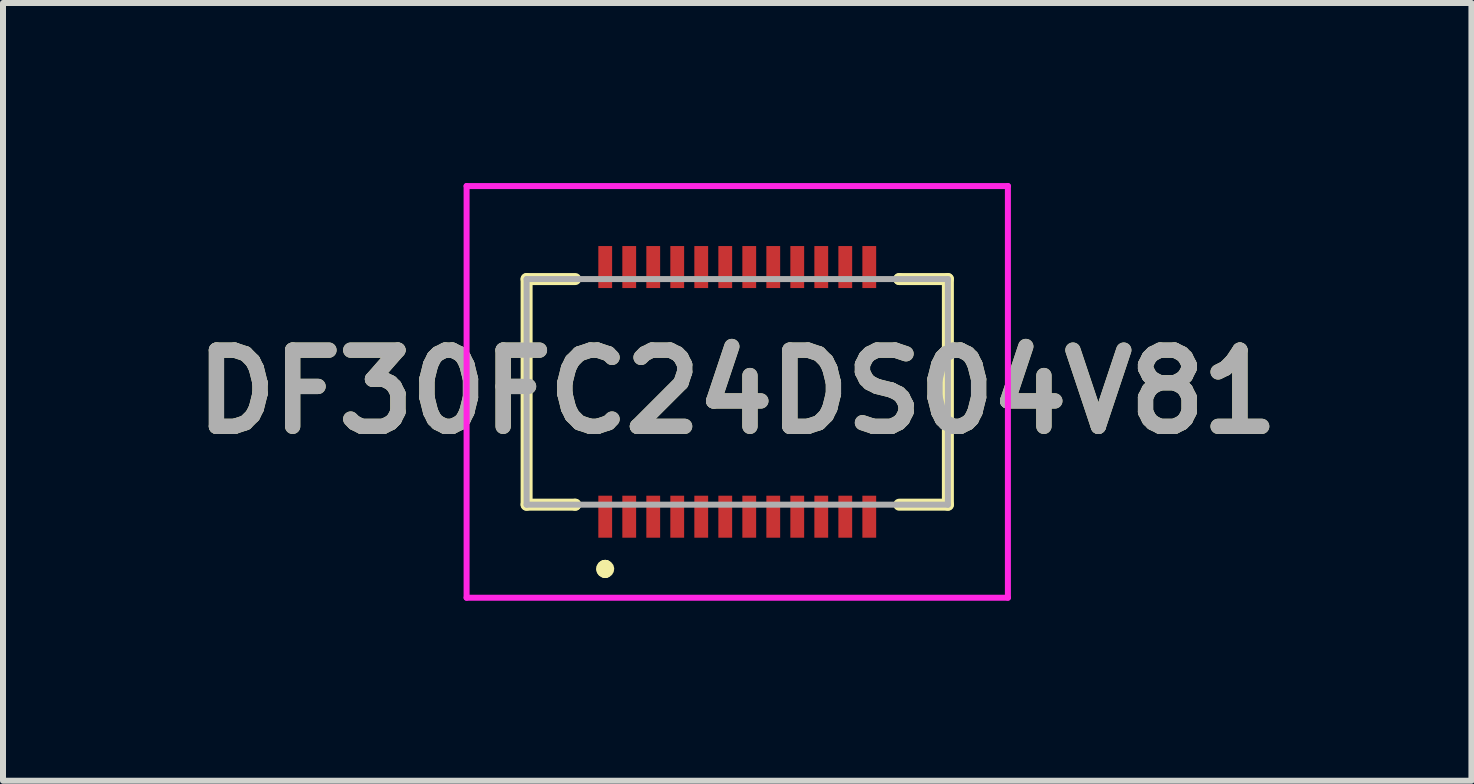
<source format=kicad_pcb>
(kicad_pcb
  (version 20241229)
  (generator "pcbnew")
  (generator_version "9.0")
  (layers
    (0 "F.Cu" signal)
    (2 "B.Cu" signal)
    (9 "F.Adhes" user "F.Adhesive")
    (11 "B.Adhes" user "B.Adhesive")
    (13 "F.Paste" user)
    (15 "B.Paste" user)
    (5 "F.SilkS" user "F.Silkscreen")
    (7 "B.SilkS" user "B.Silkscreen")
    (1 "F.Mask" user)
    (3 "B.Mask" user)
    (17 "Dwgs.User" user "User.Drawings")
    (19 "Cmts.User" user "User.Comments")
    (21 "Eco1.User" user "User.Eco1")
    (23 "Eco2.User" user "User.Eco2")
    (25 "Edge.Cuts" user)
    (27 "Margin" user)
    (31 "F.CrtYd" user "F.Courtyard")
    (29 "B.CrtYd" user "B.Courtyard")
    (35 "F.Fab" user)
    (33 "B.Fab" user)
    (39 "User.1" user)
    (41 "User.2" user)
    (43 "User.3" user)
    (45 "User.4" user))
  (footprint "DF30FC24DS04V81"
    (layer "F.Cu")
    (at 9.235 3.48)
    (property "Reference" "DF30FC24DS04V81" (at 0 0 0) (layer "F.SilkS") (effects (font (size 1.27 1.27) (thickness 0.254))))
    (attr smd)
    (fp_line (start -3.51 -1.88) (end -3.51 1.88) (stroke (width 0.2) (type solid)) (layer "F.SilkS"))
    (fp_line (start -3.51 1.88) (end -2.7 1.88) (stroke (width 0.2) (type solid)) (layer "F.SilkS"))
    (fp_line (start -2.7 -1.88) (end -3.51 -1.88) (stroke (width 0.2) (type solid)) (layer "F.SilkS"))
    (fp_line (start -2.7 1.88) (end -2.7 1.88) (stroke (width 0.2) (type solid)) (layer "F.SilkS"))
    (fp_line (start -2.2 2.9) (end -2.2 2.9) (stroke (width 0.2) (type solid)) (layer "F.SilkS"))
    (fp_line (start -2.2 2.9) (end -2.2 2.9) (stroke (width 0.2) (type solid)) (layer "F.SilkS"))
    (fp_line (start -2.2 3) (end -2.2 3) (stroke (width 0.2) (type solid)) (layer "F.SilkS"))
    (fp_line (start 2.7 -1.88) (end 2.7 -1.88) (stroke (width 0.2) (type solid)) (layer "F.SilkS"))
    (fp_line (start 2.7 1.88) (end 3.51 1.88) (stroke (width 0.2) (type solid)) (layer "F.SilkS"))
    (fp_line (start 3.51 -1.88) (end 2.7 -1.88) (stroke (width 0.2) (type solid)) (layer "F.SilkS"))
    (fp_line (start 3.51 1.88) (end 3.51 -1.88) (stroke (width 0.2) (type solid)) (layer "F.SilkS"))
    (fp_arc (start -2.2 2.9) (mid -2.15 2.95) (end -2.2 3) (stroke (width 0.2) (type solid)) (layer "F.SilkS"))
    (fp_arc (start -2.2 3) (mid -2.25 2.95) (end -2.2 2.9) (stroke (width 0.2) (type solid)) (layer "F.SilkS"))
    (fp_arc (start -2.2 3) (mid -2.25 2.95) (end -2.2 2.9) (stroke (width 0.2) (type solid)) (layer "F.SilkS"))
    (fp_line (start -4.51 -3.43) (end 4.51 -3.43) (stroke (width 0.1) (type solid)) (layer "F.CrtYd"))
    (fp_line (start -4.51 3.43) (end -4.51 -3.43) (stroke (width 0.1) (type solid)) (layer "F.CrtYd"))
    (fp_line (start 4.51 -3.43) (end 4.51 3.43) (stroke (width 0.1) (type solid)) (layer "F.CrtYd"))
    (fp_line (start 4.51 3.43) (end -4.51 3.43) (stroke (width 0.1) (type solid)) (layer "F.CrtYd"))
    (fp_line (start -3.51 -1.88) (end -3.51 1.88) (stroke (width 0.1) (type solid)) (layer "F.Fab"))
    (fp_line (start -3.51 1.88) (end 3.51 1.88) (stroke (width 0.1) (type solid)) (layer "F.Fab"))
    (fp_line (start 3.51 -1.88) (end -3.51 -1.88) (stroke (width 0.1) (type solid)) (layer "F.Fab"))
    (fp_line (start 3.51 1.88) (end 3.51 -1.88) (stroke (width 0.1) (type solid)) (layer "F.Fab"))
    (fp_text user "${REFERENCE}" (at 0 0 0) (layer "F.Fab") (effects (font (size 1.27 1.27) (thickness 0.254))))
    (pad "1" smd rect (at -2.2 2.08) (size 0.23 0.7) (layers "F.Cu" "F.Mask" "F.Paste"))
    (pad "2" smd rect (at -2.2 -2.08) (size 0.23 0.7) (layers "F.Cu" "F.Mask" "F.Paste"))
    (pad "3" smd rect (at -1.8 2.08) (size 0.23 0.7) (layers "F.Cu" "F.Mask" "F.Paste"))
    (pad "4" smd rect (at -1.8 -2.08) (size 0.23 0.7) (layers "F.Cu" "F.Mask" "F.Paste"))
    (pad "5" smd rect (at -1.4 2.08) (size 0.23 0.7) (layers "F.Cu" "F.Mask" "F.Paste"))
    (pad "6" smd rect (at -1.4 -2.08) (size 0.23 0.7) (layers "F.Cu" "F.Mask" "F.Paste"))
    (pad "7" smd rect (at -1 2.08) (size 0.23 0.7) (layers "F.Cu" "F.Mask" "F.Paste"))
    (pad "8" smd rect (at -1 -2.08) (size 0.23 0.7) (layers "F.Cu" "F.Mask" "F.Paste"))
    (pad "9" smd rect (at -0.6 2.08) (size 0.23 0.7) (layers "F.Cu" "F.Mask" "F.Paste"))
    (pad "10" smd rect (at -0.6 -2.08) (size 0.23 0.7) (layers "F.Cu" "F.Mask" "F.Paste"))
    (pad "11" smd rect (at -0.2 2.08) (size 0.23 0.7) (layers "F.Cu" "F.Mask" "F.Paste"))
    (pad "12" smd rect (at -0.2 -2.08) (size 0.23 0.7) (layers "F.Cu" "F.Mask" "F.Paste"))
    (pad "13" smd rect (at 0.2 2.08) (size 0.23 0.7) (layers "F.Cu" "F.Mask" "F.Paste"))
    (pad "14" smd rect (at 0.2 -2.08) (size 0.23 0.7) (layers "F.Cu" "F.Mask" "F.Paste"))
    (pad "15" smd rect (at 0.6 2.08) (size 0.23 0.7) (layers "F.Cu" "F.Mask" "F.Paste"))
    (pad "16" smd rect (at 0.6 -2.08) (size 0.23 0.7) (layers "F.Cu" "F.Mask" "F.Paste"))
    (pad "17" smd rect (at 1 2.08) (size 0.23 0.7) (layers "F.Cu" "F.Mask" "F.Paste"))
    (pad "18" smd rect (at 1 -2.08) (size 0.23 0.7) (layers "F.Cu" "F.Mask" "F.Paste"))
    (pad "19" smd rect (at 1.4 2.08) (size 0.23 0.7) (layers "F.Cu" "F.Mask" "F.Paste"))
    (pad "20" smd rect (at 1.4 -2.08) (size 0.23 0.7) (layers "F.Cu" "F.Mask" "F.Paste"))
    (pad "21" smd rect (at 1.8 2.08) (size 0.23 0.7) (layers "F.Cu" "F.Mask" "F.Paste"))
    (pad "22" smd rect (at 1.8 -2.08) (size 0.23 0.7) (layers "F.Cu" "F.Mask" "F.Paste"))
    (pad "23" smd rect (at 2.2 2.08) (size 0.23 0.7) (layers "F.Cu" "F.Mask" "F.Paste"))
    (pad "24" smd rect (at 2.2 -2.08) (size 0.23 0.7) (layers "F.Cu" "F.Mask" "F.Paste")))
  (gr_rect
    (start -3 -3)
    (end 21.469 9.96)
    (stroke (width 0.1) (type default))
    (fill no)
    (layer "Edge.Cuts")))
</source>
